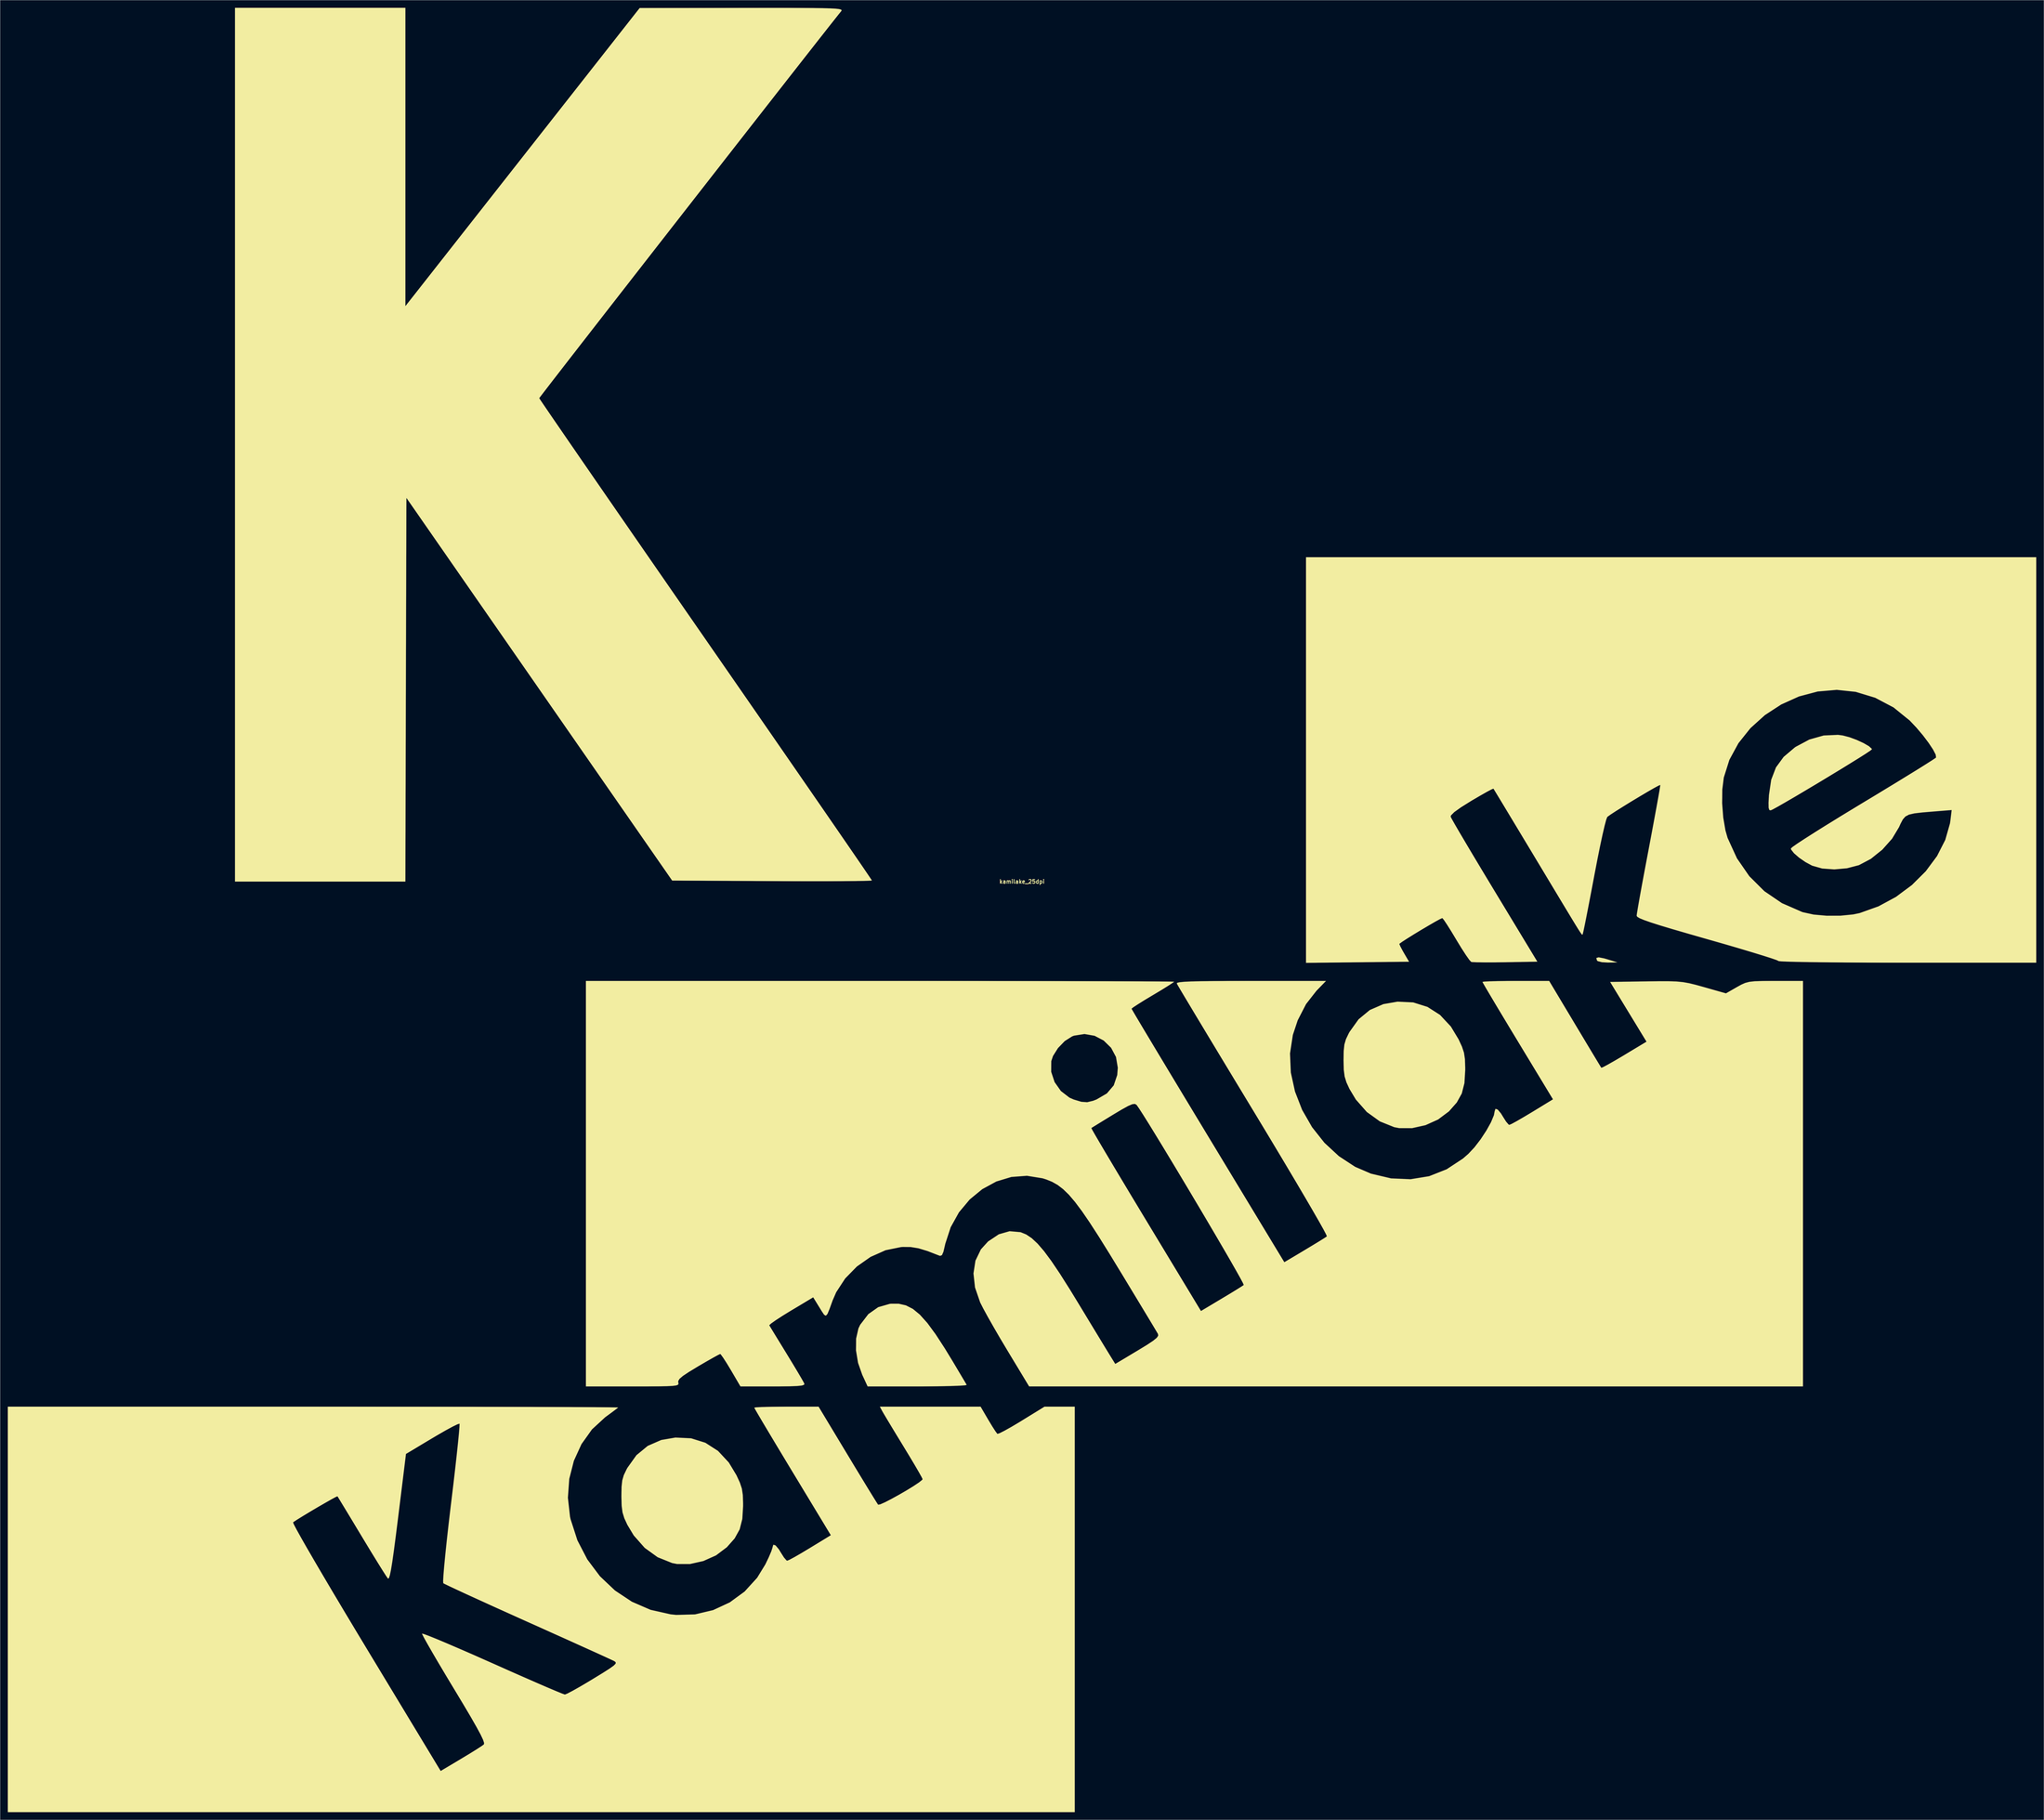
<source format=kicad_pcb>
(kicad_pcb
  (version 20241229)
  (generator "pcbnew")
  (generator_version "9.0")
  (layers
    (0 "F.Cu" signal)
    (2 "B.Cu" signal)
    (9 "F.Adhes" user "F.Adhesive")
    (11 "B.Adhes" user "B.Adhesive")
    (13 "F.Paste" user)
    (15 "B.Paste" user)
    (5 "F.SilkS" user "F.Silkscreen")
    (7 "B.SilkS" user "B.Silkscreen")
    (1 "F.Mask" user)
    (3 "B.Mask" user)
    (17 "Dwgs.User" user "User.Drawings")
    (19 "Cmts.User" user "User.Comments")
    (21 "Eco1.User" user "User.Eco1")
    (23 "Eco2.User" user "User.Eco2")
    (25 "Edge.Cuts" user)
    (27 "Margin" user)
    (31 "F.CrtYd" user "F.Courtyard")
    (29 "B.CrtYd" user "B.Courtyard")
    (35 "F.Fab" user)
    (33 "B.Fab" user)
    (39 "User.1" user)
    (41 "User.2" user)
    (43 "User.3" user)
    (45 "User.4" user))
  (footprint "kamilake_25dpi"
    (layer "F.Cu")
    (at 396.88 342.111)
    (property "Reference" "kamilake_25dpi" (at 0 0 0) (layer "F.SilkS") (effects (font (size 1.524 1.524) (thickness 0.3))))
    (attr through_hole)
    (fp_poly (pts (xy 227.826 30.082) (xy 229.111 30.456) (xy 232.966 31.639) (xy 229.242 31.695) (xy 226.929 31.561) (xy 225.334 31.159) (xy 224.995 30.903) (xy 224.722 29.92) (xy 225.631 29.65) (xy 227.826 30.082)) (stroke (width 0.01) (type solid)) (fill yes) (layer "F.SilkS"))
    (fp_poly (pts (xy -48.22 165.278) (xy -45.424 165.914) (xy -42.72 167.299) (xy -39.978 169.553) (xy -37.067 172.8) (xy -33.856 177.161) (xy -30.215 182.758) (xy -27.25 187.625) (xy -25.249 190.981) (xy -23.545 193.846) (xy -22.303 195.944) (xy -21.686 196.997) (xy -21.658 197.048) (xy -22.325 197.212) (xy -24.37 197.359) (xy -27.584 197.481) (xy -31.757 197.574) (xy -36.678 197.63) (xy -40.875 197.644) (xy -60.413 197.644) (xy -62.531 193.08) (xy -64.156 188.44) (xy -64.957 183.571) (xy -64.915 178.923) (xy -64.012 174.943) (xy -63.331 173.51) (xy -60.137 169.354) (xy -56.269 166.616) (xy -51.765 165.322) (xy -51.239 165.269) (xy -48.22 165.278)) (stroke (width 0.01) (type solid)) (fill yes) (layer "F.SilkS"))
    (fp_poly (pts (xy 321.18 -57.197) (xy 323.806 -56.51) (xy 326.648 -55.459) (xy 329.306 -54.233) (xy 331.383 -53.024) (xy 332.479 -52.023) (xy 332.557 -51.759) (xy 331.9 -51.231) (xy 330.083 -50.026) (xy 327.312 -48.269) (xy 323.795 -46.084) (xy 319.742 -43.598) (xy 315.359 -40.935) (xy 310.855 -38.221) (xy 306.437 -35.582) (xy 302.314 -33.143) (xy 298.694 -31.029) (xy 295.785 -29.366) (xy 293.795 -28.278) (xy 292.973 -27.899) (xy 292.427 -28.026) (xy 292.155 -28.938) (xy 292.127 -30.905) (xy 292.294 -33.928) (xy 293.176 -39.854) (xy 295.037 -44.72) (xy 298.047 -48.833) (xy 302.376 -52.498) (xy 302.776 -52.775) (xy 308.079 -55.609) (xy 313.718 -57.198) (xy 319.296 -57.448) (xy 321.18 -57.197)) (stroke (width 0.01) (type solid)) (fill yes) (layer "F.SilkS"))
    (fp_poly (pts (xy -129.502 217.957) (xy -123.922 219.712) (xy -118.98 222.881) (xy -114.758 227.413) (xy -111.745 232.405) (xy -110.42 235.276) (xy -109.638 237.641) (xy -109.262 240.144) (xy -109.152 243.426) (xy -109.15 244.458) (xy -109.458 249.546) (xy -110.491 253.614) (xy -112.435 257.133) (xy -115.477 260.577) (xy -115.546 260.644) (xy -119.742 263.79) (xy -124.69 266.014) (xy -129.933 267.186) (xy -135.014 267.174) (xy -136.922 266.802) (xy -142.567 264.524) (xy -147.632 260.872) (xy -151.925 256.007) (xy -154.446 251.817) (xy -155.634 249.242) (xy -156.332 246.953) (xy -156.665 244.343) (xy -156.757 240.799) (xy -156.757 240.506) (xy -156.698 236.973) (xy -156.429 234.453) (xy -155.827 232.376) (xy -154.773 230.171) (xy -154.421 229.527) (xy -150.872 224.565) (xy -146.454 220.932) (xy -141.159 218.62) (xy -135.639 217.666) (xy -129.502 217.957)) (stroke (width 0.01) (type solid)) (fill yes) (layer "F.SilkS"))
    (fp_poly (pts (xy 153.073 47.301) (xy 158.653 49.056) (xy 163.595 52.225) (xy 167.817 56.757) (xy 170.83 61.749) (xy 172.155 64.62) (xy 172.937 66.985) (xy 173.313 69.488) (xy 173.423 72.77) (xy 173.425 73.802) (xy 173.117 78.89) (xy 172.084 82.958) (xy 170.14 86.477) (xy 167.098 89.921) (xy 167.029 89.987) (xy 162.833 93.133) (xy 157.885 95.358) (xy 152.642 96.53) (xy 147.561 96.518) (xy 145.653 96.146) (xy 140.008 93.868) (xy 134.943 90.216) (xy 130.65 85.351) (xy 128.129 81.161) (xy 126.941 78.585) (xy 126.243 76.297) (xy 125.91 73.686) (xy 125.818 70.143) (xy 125.818 69.85) (xy 125.877 66.316) (xy 126.146 63.797) (xy 126.748 61.72) (xy 127.802 59.515) (xy 128.154 58.87) (xy 131.703 53.909) (xy 136.121 50.275) (xy 141.416 47.964) (xy 146.936 47.01) (xy 153.073 47.301)) (stroke (width 0.01) (type solid)) (fill yes) (layer "F.SilkS"))
    (fp_poly (pts (xy -241.3 -225.292) (xy -195.461 -283.658) (xy -149.622 -342.023) (xy -109.613 -342.065) (xy -100.62 -342.072) (xy -93.09 -342.07) (xy -86.899 -342.055) (xy -81.923 -342.022) (xy -78.036 -341.967) (xy -75.115 -341.886) (xy -73.035 -341.775) (xy -71.672 -341.628) (xy -70.901 -341.442) (xy -70.598 -341.213) (xy -70.639 -340.936) (xy -70.801 -340.717) (xy -71.636 -339.69) (xy -73.349 -337.534) (xy -75.866 -334.344) (xy -79.115 -330.211) (xy -83.023 -325.23) (xy -87.518 -319.492) (xy -92.527 -313.092) (xy -97.978 -306.123) (xy -103.797 -298.677) (xy -109.912 -290.849) (xy -116.251 -282.73) (xy -122.741 -274.414) (xy -129.309 -265.994) (xy -135.883 -257.564) (xy -142.39 -249.216) (xy -148.757 -241.044) (xy -154.912 -233.14) (xy -160.782 -225.599) (xy -166.295 -218.512) (xy -171.377 -211.974) (xy -175.957 -206.077) (xy -179.961 -200.914) (xy -183.317 -196.579) (xy -185.952 -193.164) (xy -187.795 -190.764) (xy -188.771 -189.47) (xy -188.912 -189.264) (xy -188.469 -188.569) (xy -187.171 -186.642) (xy -185.069 -183.557) (xy -182.214 -179.388) (xy -178.656 -174.207) (xy -174.446 -168.087) (xy -169.635 -161.103) (xy -164.272 -153.326) (xy -158.408 -144.831) (xy -152.094 -135.691) (xy -145.38 -125.978) (xy -138.317 -115.767) (xy -130.955 -105.13) (xy -123.825 -94.834) (xy -116.229 -83.865) (xy -108.884 -73.253) (xy -101.841 -63.071) (xy -95.151 -53.394) (xy -88.864 -44.293) (xy -83.03 -35.842) (xy -77.7 -28.115) (xy -72.924 -21.184) (xy -68.753 -15.123) (xy -65.238 -10.005) (xy -62.428 -5.903) (xy -60.375 -2.891) (xy -59.129 -1.041) (xy -58.737 -0.428) (xy -59.506 -0.345) (xy -61.71 -0.275) (xy -65.2 -0.219) (xy -69.822 -0.178) (xy -75.426 -0.153) (xy -81.86 -0.146) (xy -88.973 -0.156) (xy -96.613 -0.185) (xy -97.817 -0.191) (xy -136.896 -0.397) (xy -240.903 -150.239) (xy -241.106 -75.119) (xy -241.308 0) (xy -307.975 0) (xy -307.975 -342.106) (xy -241.3 -342.106) (xy -241.3 -225.292)) (stroke (width 0.01) (type solid)) (fill yes) (layer "F.SilkS"))
    (fp_poly (pts (xy 396.875 31.75) (xy 346.472 31.75) (xy 337.688 31.74) (xy 329.391 31.712) (xy 321.713 31.667) (xy 314.787 31.607) (xy 308.748 31.534) (xy 303.729 31.449) (xy 299.862 31.354) (xy 297.282 31.251) (xy 296.122 31.141) (xy 296.069 31.111) (xy 295.333 30.756) (xy 293.237 30.027) (xy 289.952 28.974) (xy 285.648 27.652) (xy 280.493 26.112) (xy 274.659 24.405) (xy 268.314 22.585) (xy 268.291 22.579) (xy 260.756 20.424) (xy 254.631 18.638) (xy 249.791 17.18) (xy 246.111 16.01) (xy 243.467 15.085) (xy 241.735 14.364) (xy 240.791 13.807) (xy 240.51 13.379) (xy 240.653 12.303) (xy 241.06 9.865) (xy 241.696 6.265) (xy 242.525 1.699) (xy 243.511 -3.633) (xy 244.619 -9.535) (xy 245.234 -12.783) (xy 246.379 -18.841) (xy 247.412 -24.377) (xy 248.299 -29.206) (xy 248.557 -30.641) (xy 273.973 -30.641) (xy 274.393 -25.085) (xy 275.254 -20.02) (xy 276.089 -17.119) (xy 279.774 -9.091) (xy 284.607 -2.099) (xy 290.506 3.776) (xy 297.392 8.456) (xy 305.184 11.861) (xy 305.594 11.995) (xy 309.789 12.913) (xy 314.877 13.368) (xy 320.23 13.352) (xy 325.221 12.856) (xy 327.783 12.323) (xy 335.129 9.706) (xy 342.011 5.979) (xy 348.248 1.33) (xy 353.659 -4.058) (xy 358.063 -9.998) (xy 361.28 -16.304) (xy 363.127 -22.792) (xy 363.321 -24.13) (xy 363.787 -28.02) (xy 356.734 -27.448) (xy 352.327 -27.077) (xy 349.209 -26.713) (xy 347.09 -26.224) (xy 345.676 -25.477) (xy 344.677 -24.34) (xy 343.799 -22.681) (xy 343.177 -21.307) (xy 340.45 -16.771) (xy 336.634 -12.499) (xy 332.182 -8.922) (xy 327.548 -6.466) (xy 327.42 -6.417) (xy 322.811 -5.212) (xy 317.854 -4.776) (xy 313.124 -5.114) (xy 309.194 -6.232) (xy 309.166 -6.245) (xy 306.56 -7.657) (xy 304.076 -9.376) (xy 302.088 -11.098) (xy 300.97 -12.521) (xy 300.85 -12.969) (xy 301.512 -13.564) (xy 303.397 -14.88) (xy 306.361 -16.827) (xy 310.263 -19.316) (xy 314.96 -22.256) (xy 320.31 -25.557) (xy 326.171 -29.127) (xy 329.047 -30.864) (xy 335.114 -34.53) (xy 340.755 -37.959) (xy 345.824 -41.061) (xy 350.178 -43.748) (xy 353.67 -45.929) (xy 356.157 -47.515) (xy 357.493 -48.416) (xy 357.682 -48.576) (xy 357.536 -49.7) (xy 356.5 -51.706) (xy 354.77 -54.32) (xy 352.541 -57.266) (xy 350.01 -60.269) (xy 347.372 -63.056) (xy 347.324 -63.103) (xy 341.021 -68.202) (xy 333.875 -71.963) (xy 326.231 -74.295) (xy 318.808 -75.081) (xy 311.345 -74.433) (xy 304.041 -72.482) (xy 297.091 -69.355) (xy 290.694 -65.179) (xy 285.047 -60.085) (xy 280.346 -54.199) (xy 276.789 -47.649) (xy 274.608 -40.735) (xy 274.031 -36.065) (xy 273.973 -30.641) (xy 248.557 -30.641) (xy 249.007 -33.139) (xy 249.5 -35.991) (xy 249.747 -37.575) (xy 249.765 -37.837) (xy 249.038 -37.546) (xy 247.254 -36.578) (xy 244.698 -35.108) (xy 241.655 -33.307) (xy 238.41 -31.348) (xy 235.249 -29.403) (xy 232.456 -27.645) (xy 230.316 -26.246) (xy 229.114 -25.379) (xy 229.002 -25.275) (xy 228.604 -24.243) (xy 227.974 -21.857) (xy 227.156 -18.327) (xy 226.198 -13.86) (xy 225.145 -8.666) (xy 224.044 -2.953) (xy 223.862 -1.984) (xy 222.784 3.745) (xy 221.789 8.95) (xy 220.914 13.43) (xy 220.201 16.986) (xy 219.689 19.418) (xy 219.416 20.527) (xy 219.395 20.571) (xy 219.319 20.703) (xy 219.251 20.802) (xy 219.117 20.752) (xy 218.845 20.433) (xy 218.361 19.73) (xy 217.591 18.524) (xy 216.462 16.696) (xy 214.901 14.13) (xy 212.834 10.708) (xy 210.188 6.312) (xy 206.89 0.823) (xy 202.866 -5.875) (xy 201.626 -7.938) (xy 197.985 -13.994) (xy 194.602 -19.617) (xy 191.564 -24.663) (xy 188.957 -28.99) (xy 186.868 -32.453) (xy 185.382 -34.909) (xy 184.587 -36.215) (xy 184.477 -36.39) (xy 183.756 -36.113) (xy 181.946 -35.158) (xy 179.313 -33.67) (xy 176.122 -31.798) (xy 175.838 -31.628) (xy 171.794 -29.108) (xy 169.151 -27.215) (xy 167.865 -25.917) (xy 167.729 -25.4) (xy 168.197 -24.481) (xy 169.402 -22.357) (xy 171.254 -19.175) (xy 173.664 -15.088) (xy 176.545 -10.245) (xy 179.808 -4.796) (xy 183.363 1.109) (xy 184.851 3.572) (xy 201.656 31.353) (xy 189.165 31.573) (xy 184.828 31.627) (xy 181.028 31.633) (xy 178.059 31.595) (xy 176.215 31.513) (xy 175.778 31.449) (xy 175.049 30.666) (xy 173.717 28.785) (xy 171.969 26.083) (xy 169.992 22.84) (xy 169.907 22.696) (xy 167.968 19.48) (xy 166.306 16.832) (xy 165.089 15.015) (xy 164.488 14.29) (xy 164.474 14.287) (xy 163.594 14.67) (xy 161.724 15.688) (xy 159.187 17.148) (xy 156.302 18.857) (xy 153.393 20.622) (xy 150.779 22.248) (xy 148.783 23.542) (xy 147.726 24.311) (xy 147.637 24.423) (xy 148.005 25.31) (xy 148.939 27.062) (xy 149.545 28.118) (xy 151.452 31.372) (xy 131.288 31.593) (xy 111.125 31.815) (xy 111.125 -127) (xy 396.875 -127) (xy 396.875 31.75)) (stroke (width 0.01) (type solid)) (fill yes) (layer "F.SilkS"))
    (fp_poly (pts (xy -263.644 205.583) (xy -250.449 205.589) (xy -237.783 205.599) (xy -225.732 205.613) (xy -214.384 205.63) (xy -203.823 205.65) (xy -194.138 205.673) (xy -185.413 205.698) (xy -177.734 205.726) (xy -171.19 205.756) (xy -165.864 205.788) (xy -161.845 205.822) (xy -159.217 205.857) (xy -158.068 205.893) (xy -158.022 205.903) (xy -158.779 206.497) (xy -160.474 207.771) (xy -162.766 209.467) (xy -163.161 209.758) (xy -168.282 214.474) (xy -172.379 220.225) (xy -175.371 226.763) (xy -177.173 233.844) (xy -177.703 241.222) (xy -176.877 248.651) (xy -176.659 249.634) (xy -173.994 257.882) (xy -170.123 265.363) (xy -165.185 271.952) (xy -159.318 277.524) (xy -152.659 281.955) (xy -145.345 285.119) (xy -137.516 286.892) (xy -135.304 287.118) (xy -127.942 286.91) (xy -120.89 285.233) (xy -114.354 282.206) (xy -108.537 277.944) (xy -103.647 272.564) (xy -100.432 267.323) (xy -99.102 264.534) (xy -98.114 262.213) (xy -97.647 260.785) (xy -97.631 260.64) (xy -97.304 259.613) (xy -96.429 259.906) (xy -95.164 261.418) (xy -94.361 262.731) (xy -93.158 264.626) (xy -92.172 265.762) (xy -91.886 265.906) (xy -90.975 265.514) (xy -89.006 264.447) (xy -86.266 262.866) (xy -83.044 260.934) (xy -83.002 260.908) (xy -74.81 255.91) (xy -89.792 231.131) (xy -93.213 225.464) (xy -96.359 220.232) (xy -99.139 215.588) (xy -101.462 211.686) (xy -103.237 208.68) (xy -104.372 206.723) (xy -104.775 205.967) (xy -104.775 205.967) (xy -104.026 205.836) (xy -101.956 205.724) (xy -98.832 205.64) (xy -94.922 205.59) (xy -92.19 205.581) (xy -79.604 205.581) (xy -68.251 224.433) (xy -65.264 229.382) (xy -62.529 233.895) (xy -60.155 237.789) (xy -58.256 240.883) (xy -56.94 242.995) (xy -56.321 243.944) (xy -56.303 243.966) (xy -55.471 243.817) (xy -53.621 242.997) (xy -51.074 241.688) (xy -48.149 240.075) (xy -45.167 238.341) (xy -42.447 236.671) (xy -40.309 235.247) (xy -39.074 234.253) (xy -38.894 233.968) (xy -39.289 233.129) (xy -40.387 231.168) (xy -42.054 228.311) (xy -44.159 224.786) (xy -46.314 221.235) (xy -48.777 217.196) (xy -51.003 213.522) (xy -52.839 210.471) (xy -54.128 208.299) (xy -54.677 207.341) (xy -55.618 205.581) (xy -16.205 205.581) (xy -13.187 210.74) (xy -11.664 213.268) (xy -10.412 215.21) (xy -9.669 216.198) (xy -9.615 216.241) (xy -8.771 215.975) (xy -6.854 215.004) (xy -4.129 213.474) (xy -0.864 211.529) (xy -0.136 211.083) (xy 8.788 205.581) (xy 20.637 205.581) (xy 20.637 364.331) (xy -396.875 364.331) (xy -396.875 250.877) (xy -285.246 250.877) (xy -284.959 251.639) (xy -283.91 253.647) (xy -282.163 256.793) (xy -279.781 260.967) (xy -276.828 266.059) (xy -273.367 271.961) (xy -269.463 278.564) (xy -265.178 285.757) (xy -260.577 293.433) (xy -256.709 299.851) (xy -227.486 348.218) (xy -219.51 343.459) (xy -216.272 341.502) (xy -213.491 339.774) (xy -211.48 338.472) (xy -210.581 337.824) (xy -210.496 337.236) (xy -210.908 335.975) (xy -211.876 333.928) (xy -213.461 330.985) (xy -215.723 327.034) (xy -218.721 321.962) (xy -222.315 315.991) (xy -225.449 310.784) (xy -228.287 306.01) (xy -230.731 301.837) (xy -232.684 298.436) (xy -234.047 295.976) (xy -234.723 294.625) (xy -234.778 294.425) (xy -234.029 294.601) (xy -231.994 295.364) (xy -228.831 296.649) (xy -224.699 298.388) (xy -219.757 300.513) (xy -214.164 302.958) (xy -208.08 305.656) (xy -207.188 306.055) (xy -201.008 308.808) (xy -195.267 311.344) (xy -190.13 313.594) (xy -185.76 315.484) (xy -182.324 316.944) (xy -179.986 317.903) (xy -178.911 318.289) (xy -178.875 318.294) (xy -177.893 317.899) (xy -175.827 316.812) (xy -172.942 315.181) (xy -169.503 313.152) (xy -167.903 312.185) (xy -164.048 309.819) (xy -161.392 308.126) (xy -159.771 306.963) (xy -159.021 306.189) (xy -158.978 305.663) (xy -159.479 305.243) (xy -159.703 305.121) (xy -160.793 304.603) (xy -163.175 303.508) (xy -166.692 301.907) (xy -171.188 299.869) (xy -176.506 297.468) (xy -182.488 294.772) (xy -188.978 291.854) (xy -193.675 289.745) (xy -200.374 286.733) (xy -206.629 283.905) (xy -212.291 281.331) (xy -217.21 279.079) (xy -221.236 277.218) (xy -224.22 275.817) (xy -226.011 274.945) (xy -226.478 274.682) (xy -226.531 273.777) (xy -226.401 271.471) (xy -226.104 267.937) (xy -225.659 263.349) (xy -225.082 257.88) (xy -224.391 251.705) (xy -223.602 244.997) (xy -223.402 243.349) (xy -222.588 236.549) (xy -221.857 230.25) (xy -221.227 224.623) (xy -220.718 219.842) (xy -220.347 216.077) (xy -220.132 213.502) (xy -220.092 212.289) (xy -220.11 212.219) (xy -220.906 212.452) (xy -222.809 213.385) (xy -225.572 214.888) (xy -228.95 216.829) (xy -230.812 217.934) (xy -241.073 224.088) (xy -244.137 248.964) (xy -245.04 256.169) (xy -245.796 261.915) (xy -246.425 266.319) (xy -246.947 269.501) (xy -247.382 271.579) (xy -247.75 272.672) (xy -248.071 272.899) (xy -248.132 272.849) (xy -248.797 271.905) (xy -250.145 269.806) (xy -252.047 266.759) (xy -254.374 262.974) (xy -256.996 258.658) (xy -258.369 256.381) (xy -261.043 251.938) (xy -263.435 247.973) (xy -265.427 244.681) (xy -266.901 242.256) (xy -267.739 240.893) (xy -267.885 240.669) (xy -268.587 240.966) (xy -270.329 241.906) (xy -272.797 243.304) (xy -275.677 244.977) (xy -278.654 246.738) (xy -281.414 248.402) (xy -283.642 249.787) (xy -285.025 250.705) (xy -285.246 250.877) (xy -396.875 250.877) (xy -396.875 205.581) (xy -277.283 205.581) (xy -263.644 205.583)) (stroke (width 0.01) (type solid)) (fill yes) (layer "F.SilkS"))
    (fp_poly (pts (xy -42.18 38.896) (xy -29.239 38.902) (xy -16.827 38.912) (xy -5.033 38.926) (xy 6.056 38.943) (xy 16.35 38.963) (xy 25.762 38.985) (xy 34.204 39.011) (xy 41.587 39.039) (xy 47.823 39.069) (xy 52.824 39.101) (xy 56.501 39.135) (xy 58.766 39.17) (xy 59.531 39.206) (xy 58.89 39.705) (xy 57.14 40.839) (xy 54.546 42.442) (xy 51.37 44.347) (xy 51.197 44.45) (xy 47.997 46.373) (xy 45.366 48.011) (xy 43.567 49.195) (xy 42.864 49.758) (xy 42.862 49.766) (xy 43.263 50.491) (xy 44.421 52.466) (xy 46.273 55.584) (xy 48.753 59.737) (xy 51.797 64.817) (xy 55.341 70.717) (xy 59.32 77.329) (xy 63.67 84.545) (xy 68.325 92.259) (xy 72.754 99.589) (xy 102.646 149.028) (xy 110.656 144.244) (xy 113.859 142.317) (xy 116.567 140.66) (xy 118.485 139.457) (xy 119.304 138.902) (xy 119.008 138.149) (xy 117.95 136.149) (xy 116.192 133.011) (xy 113.798 128.844) (xy 110.833 123.755) (xy 107.359 117.855) (xy 103.44 111.251) (xy 99.139 104.052) (xy 94.522 96.366) (xy 90.442 89.611) (xy 85.584 81.581) (xy 80.965 73.937) (xy 76.65 66.788) (xy 72.707 60.245) (xy 69.201 54.418) (xy 66.199 49.417) (xy 63.766 45.352) (xy 61.97 42.334) (xy 60.875 40.473) (xy 60.548 39.886) (xy 60.752 39.62) (xy 61.675 39.402) (xy 63.443 39.23) (xy 66.177 39.098) (xy 70.001 39.003) (xy 75.038 38.94) (xy 81.412 38.905) (xy 89.245 38.894) (xy 89.557 38.894) (xy 118.959 38.894) (xy 115.241 42.714) (xy 111.14 47.96) (xy 107.876 54.314) (xy 105.972 60.032) (xy 104.869 67.306) (xy 105.187 74.763) (xy 106.81 82.195) (xy 109.619 89.394) (xy 113.499 96.152) (xy 118.331 102.26) (xy 123.998 107.51) (xy 130.384 111.694) (xy 136.525 114.335) (xy 144.415 116.203) (xy 152.035 116.534) (xy 159.31 115.341) (xy 166.167 112.64) (xy 172.532 108.446) (xy 174.637 106.621) (xy 177.037 104.057) (xy 179.472 100.886) (xy 181.709 97.482) (xy 183.516 94.22) (xy 184.66 91.475) (xy 184.944 89.984) (xy 185.271 88.957) (xy 186.146 89.25) (xy 187.411 90.762) (xy 188.214 92.075) (xy 189.417 93.97) (xy 190.403 95.105) (xy 190.689 95.25) (xy 191.6 94.858) (xy 193.569 93.79) (xy 196.309 92.209) (xy 199.532 90.277) (xy 199.577 90.25) (xy 207.773 85.25) (xy 193.977 62.458) (xy 190.698 57.03) (xy 187.698 52.042) (xy 185.072 47.654) (xy 182.915 44.026) (xy 181.322 41.319) (xy 180.39 39.692) (xy 180.181 39.28) (xy 180.931 39.151) (xy 183.007 39.041) (xy 186.146 38.956) (xy 190.086 38.905) (xy 193.232 38.894) (xy 206.283 38.894) (xy 216.376 55.761) (xy 219.161 60.412) (xy 221.67 64.595) (xy 223.789 68.121) (xy 225.406 70.804) (xy 226.408 72.456) (xy 226.69 72.908) (xy 227.411 72.628) (xy 229.224 71.664) (xy 231.869 70.16) (xy 235.085 68.262) (xy 235.639 67.929) (xy 244.367 62.67) (xy 237.252 50.98) (xy 230.137 39.291) (xy 244.149 39.073) (xy 249.253 39.006) (xy 253.133 39.009) (xy 256.152 39.117) (xy 258.673 39.367) (xy 261.059 39.795) (xy 263.672 40.436) (xy 266.811 41.306) (xy 275.46 43.756) (xy 279.709 41.325) (xy 281.471 40.35) (xy 282.985 39.678) (xy 284.6 39.253) (xy 286.667 39.018) (xy 289.536 38.918) (xy 293.555 38.894) (xy 294.776 38.894) (xy 305.594 38.894) (xy 305.594 197.644) (xy 154.186 197.64) (xy 2.778 197.637) (xy -5.73 183.551) (xy -8.468 178.96) (xy -11.065 174.498) (xy -13.354 170.463) (xy -15.164 167.153) (xy -16.328 164.866) (xy -16.403 164.703) (xy -18.387 158.907) (xy -18.985 153.425) (xy -18.215 148.41) (xy -16.099 144.011) (xy -13.275 140.888) (xy -9.08 138.099) (xy -4.863 136.887) (xy -0.64 137.259) (xy -0.428 137.319) (xy 1.661 138.181) (xy 3.797 139.613) (xy 6.082 141.74) (xy 8.617 144.689) (xy 11.505 148.585) (xy 14.848 153.554) (xy 18.747 159.721) (xy 21.793 164.703) (xy 24.829 169.717) (xy 27.685 174.43) (xy 30.232 178.628) (xy 32.338 182.093) (xy 33.874 184.612) (xy 34.667 185.905) (xy 36.493 188.85) (xy 45.213 183.631) (xy 48.869 181.399) (xy 51.313 179.78) (xy 52.73 178.623) (xy 53.3 177.781) (xy 53.212 177.113) (xy 52.638 176.138) (xy 51.344 173.977) (xy 49.434 170.803) (xy 47.013 166.787) (xy 44.183 162.102) (xy 41.049 156.919) (xy 39.12 153.731) (xy 34.28 145.79) (xy 30.124 139.111) (xy 26.55 133.572) (xy 23.46 129.053) (xy 20.754 125.434) (xy 18.332 122.595) (xy 16.095 120.415) (xy 13.944 118.773) (xy 11.777 117.55) (xy 9.497 116.625) (xy 8.035 116.163) (xy 1.928 115.172) (xy -4.161 115.633) (xy -10.05 117.42) (xy -15.553 120.408) (xy -20.488 124.471) (xy -24.67 129.482) (xy -27.916 135.315) (xy -30.041 141.845) (xy -30.146 142.338) (xy -30.756 144.927) (xy -31.329 146.228) (xy -32.025 146.527) (xy -32.414 146.415) (xy -36.933 144.659) (xy -40.51 143.577) (xy -43.592 143.071) (xy -46.622 143.04) (xy -47.339 143.088) (xy -53.402 144.323) (xy -59.251 146.927) (xy -64.606 150.681) (xy -69.188 155.369) (xy -72.719 160.771) (xy -74.115 163.978) (xy -75.306 167.295) (xy -76.118 169.257) (xy -76.759 169.983) (xy -77.442 169.592) (xy -78.377 168.201) (xy -79.204 166.842) (xy -81.712 162.767) (xy -90.453 167.998) (xy -93.703 169.993) (xy -96.36 171.717) (xy -98.176 173.004) (xy -98.907 173.687) (xy -98.906 173.729) (xy -98.412 174.545) (xy -97.238 176.471) (xy -95.53 179.265) (xy -93.438 182.684) (xy -92.098 184.873) (xy -89.832 188.596) (xy -87.855 191.89) (xy -86.32 194.498) (xy -85.379 196.16) (xy -85.169 196.581) (xy -85.287 196.989) (xy -86.13 197.282) (xy -87.89 197.477) (xy -90.759 197.59) (xy -94.93 197.639) (xy -97.471 197.644) (xy -110.18 197.644) (xy -113.903 191.294) (xy -115.573 188.526) (xy -116.963 186.369) (xy -117.873 185.127) (xy -118.091 184.944) (xy -118.916 185.325) (xy -120.82 186.365) (xy -123.521 187.904) (xy -126.735 189.784) (xy -126.769 189.805) (xy -130.326 191.959) (xy -132.676 193.527) (xy -134.016 194.67) (xy -134.541 195.548) (xy -134.509 196.155) (xy -134.426 196.63) (xy -134.641 196.992) (xy -135.34 197.255) (xy -136.706 197.437) (xy -138.925 197.551) (xy -142.183 197.613) (xy -146.664 197.639) (xy -152.347 197.644) (xy -170.656 197.644) (xy -170.656 96.492) (xy 27.125 96.492) (xy 27.473 97.189) (xy 28.57 99.118) (xy 30.34 102.151) (xy 32.709 106.164) (xy 35.601 111.028) (xy 38.943 116.619) (xy 42.658 122.811) (xy 46.673 129.476) (xy 48.445 132.41) (xy 70.025 168.125) (xy 78.073 163.317) (xy 81.284 161.385) (xy 84.002 159.723) (xy 85.93 158.514) (xy 86.763 157.949) (xy 86.466 157.209) (xy 85.437 155.268) (xy 83.768 152.28) (xy 81.552 148.402) (xy 78.879 143.787) (xy 75.844 138.593) (xy 72.538 132.972) (xy 69.053 127.082) (xy 65.482 121.077) (xy 61.918 115.112) (xy 58.452 109.342) (xy 55.176 103.923) (xy 52.184 99.009) (xy 49.567 94.757) (xy 47.418 91.321) (xy 45.829 88.856) (xy 44.892 87.517) (xy 44.792 87.398) (xy 44.162 87.04) (xy 43.153 87.157) (xy 41.526 87.848) (xy 39.043 89.215) (xy 35.578 91.291) (xy 32.394 93.236) (xy 29.743 94.862) (xy 27.897 96.003) (xy 27.128 96.489) (xy 27.125 96.492) (xy -170.656 96.492) (xy -170.656 74.483) (xy 11.421 74.483) (xy 12.747 78.506) (xy 15.203 82) (xy 18.57 84.587) (xy 20.241 85.327) (xy 23.211 86.22) (xy 25.5 86.384) (xy 27.841 85.817) (xy 29.167 85.298) (xy 33.209 82.942) (xy 35.892 79.784) (xy 37.268 75.743) (xy 37.489 72.866) (xy 36.783 68.669) (xy 34.849 65.061) (xy 31.963 62.231) (xy 28.403 60.371) (xy 24.445 59.669) (xy 20.366 60.316) (xy 19.607 60.604) (xy 16.72 62.434) (xy 14.073 65.172) (xy 12.13 68.268) (xy 11.446 70.306) (xy 11.421 74.483) (xy -170.656 74.483) (xy -170.656 38.894) (xy -55.562 38.894) (xy -42.18 38.896)) (stroke (width 0.01) (type solid)) (fill yes) (layer "F.SilkS")))
  (gr_rect
    (start -3 -3)
    (end 796.76 709.447)
    (stroke (width 0.1) (type default))
    (fill no)
    (layer "Edge.Cuts")))
</source>
